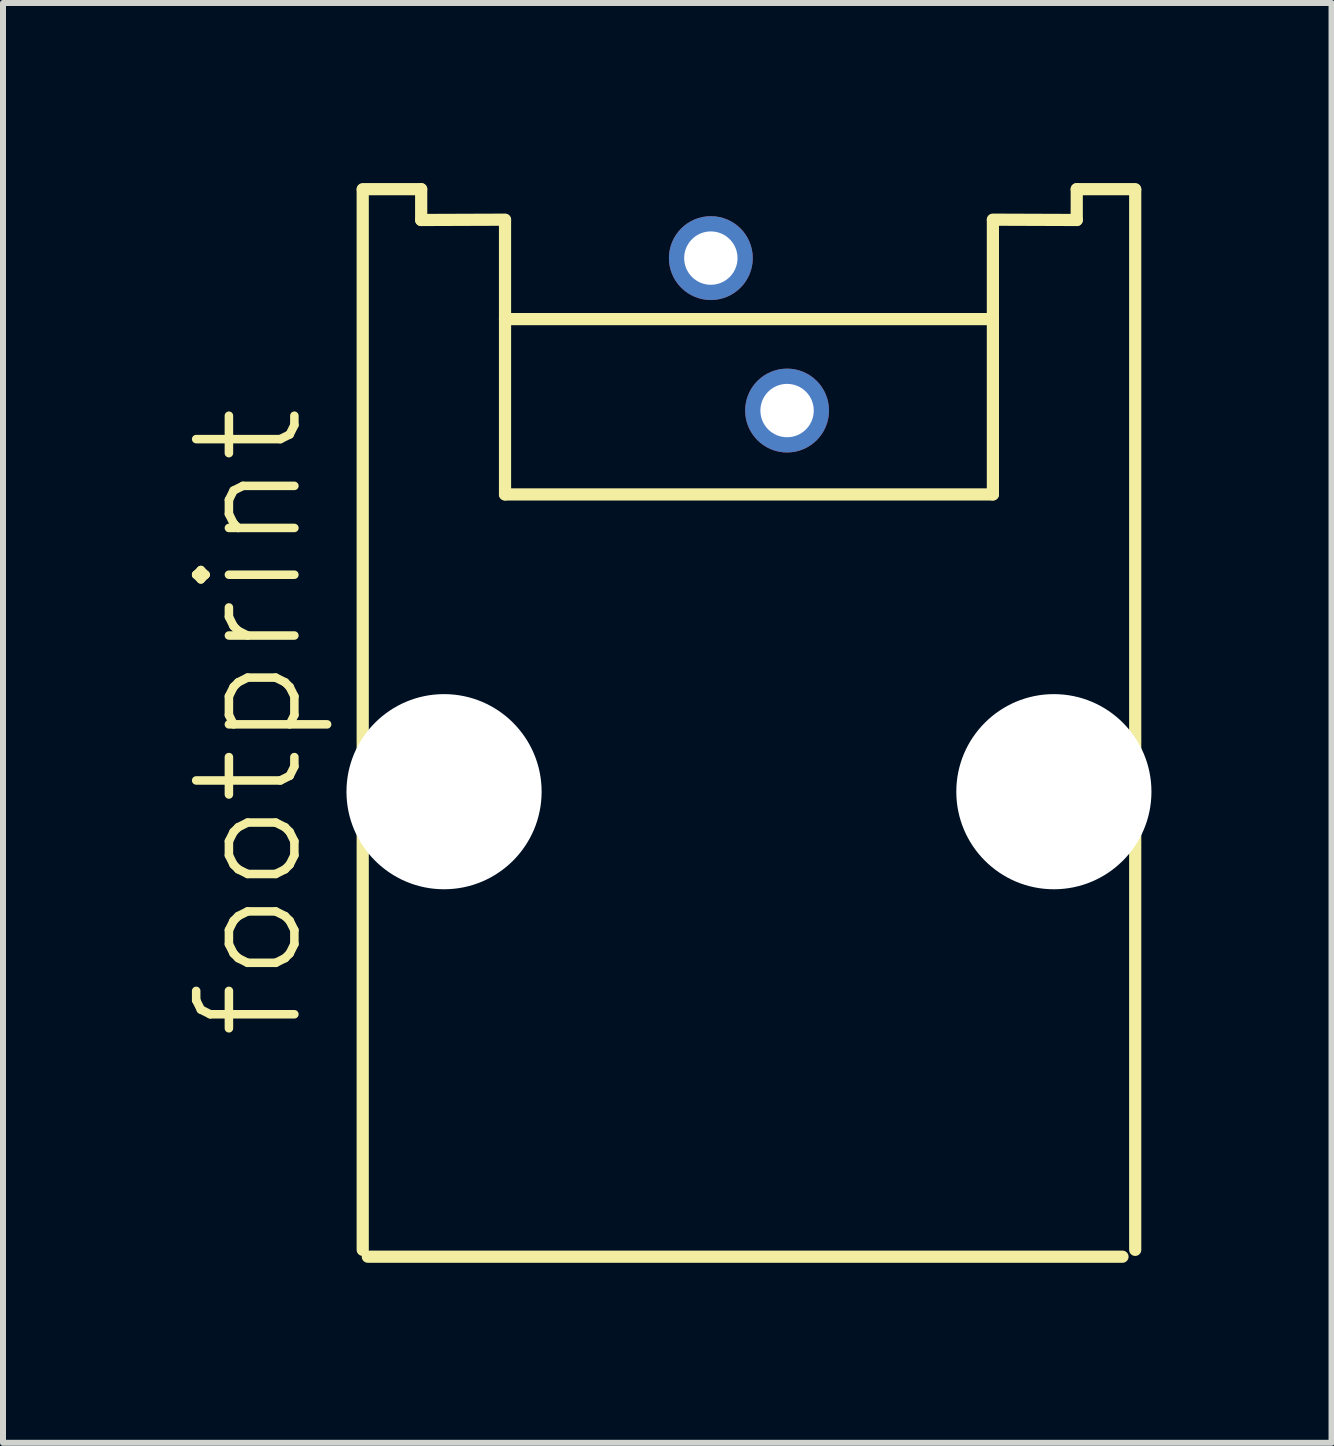
<source format=kicad_pcb>
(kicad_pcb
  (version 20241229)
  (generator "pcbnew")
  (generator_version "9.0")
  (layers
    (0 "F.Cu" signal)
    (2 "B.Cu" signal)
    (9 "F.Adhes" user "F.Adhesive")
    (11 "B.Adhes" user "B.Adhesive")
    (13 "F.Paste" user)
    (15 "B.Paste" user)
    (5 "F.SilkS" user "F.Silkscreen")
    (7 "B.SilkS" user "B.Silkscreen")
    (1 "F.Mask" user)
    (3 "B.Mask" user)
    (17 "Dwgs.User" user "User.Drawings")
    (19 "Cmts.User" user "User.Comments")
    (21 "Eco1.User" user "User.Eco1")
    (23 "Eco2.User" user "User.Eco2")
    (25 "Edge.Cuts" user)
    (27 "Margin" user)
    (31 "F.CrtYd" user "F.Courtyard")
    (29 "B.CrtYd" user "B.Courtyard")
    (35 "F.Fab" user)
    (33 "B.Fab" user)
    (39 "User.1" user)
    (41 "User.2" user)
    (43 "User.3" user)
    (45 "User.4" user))
  (footprint "footprint"
    (layer "F.Cu")
    (at 9.428 10.14)
    (property "Reference" "footprint" (at -7.366 4.191 90) (layer "F.SilkS") (effects (font (size 1.636 1.636) (thickness 0.142)) (justify left bottom)))
    (fp_line (start -6.435 7.633) (end -6.435 -10.028) (stroke (width 0.203) (type solid)) (layer "F.SilkS"))
    (fp_line (start -5.461 -10.038) (end -6.435 -10.038) (stroke (width 0.203) (type solid)) (layer "F.SilkS"))
    (fp_line (start -5.461 -9.525) (end -5.461 -10.038) (stroke (width 0.203) (type solid)) (layer "F.SilkS"))
    (fp_line (start -4.064 -9.53) (end -5.461 -9.525) (stroke (width 0.203) (type solid)) (layer "F.SilkS"))
    (fp_line (start -4.064 -9.525) (end -4.064 -7.874) (stroke (width 0.203) (type solid)) (layer "F.SilkS"))
    (fp_line (start -4.064 -7.874) (end -4.064 -4.953) (stroke (width 0.203) (type solid)) (layer "F.SilkS"))
    (fp_line (start -4.064 -7.874) (end 4.064 -7.874) (stroke (width 0.203) (type solid)) (layer "F.SilkS"))
    (fp_line (start 4.064 -9.53) (end 5.461 -9.525) (stroke (width 0.203) (type solid)) (layer "F.SilkS"))
    (fp_line (start 4.064 -9.525) (end 4.064 -7.874) (stroke (width 0.203) (type solid)) (layer "F.SilkS"))
    (fp_line (start 4.064 -7.874) (end 4.064 -4.953) (stroke (width 0.203) (type solid)) (layer "F.SilkS"))
    (fp_line (start 4.064 -4.953) (end -4.064 -4.953) (stroke (width 0.203) (type solid)) (layer "F.SilkS"))
    (fp_line (start 5.461 -10.038) (end 6.435 -10.038) (stroke (width 0.203) (type solid)) (layer "F.SilkS"))
    (fp_line (start 5.461 -9.525) (end 5.461 -10.038) (stroke (width 0.203) (type solid)) (layer "F.SilkS"))
    (fp_line (start 6.223 7.747) (end -6.35 7.747) (stroke (width 0.203) (type solid)) (layer "F.SilkS"))
    (fp_line (start 6.435 7.633) (end 6.435 -10.028) (stroke (width 0.203) (type solid)) (layer "F.SilkS"))
    (pad "" np_thru_hole circle (at -5.08 0) (size 3.251 3.251) (drill 3.251) (layers "*.Cu" "*.Mask"))
    (pad "" np_thru_hole circle (at 5.08 0) (size 3.251 3.251) (drill 3.251) (layers "*.Cu" "*.Mask"))
    (pad "1" thru_hole circle (at -0.635 -8.89) (size 1.397 1.397) (drill 0.889) (layers "*.Cu" "*.Mask"))
    (pad "2" thru_hole circle (at 0.635 -6.35) (size 1.397 1.397) (drill 0.889) (layers "*.Cu" "*.Mask")))
  (gr_rect
    (start -3 -3)
    (end 19.134 20.988)
    (stroke (width 0.1) (type default))
    (fill no)
    (layer "Edge.Cuts")))
</source>
